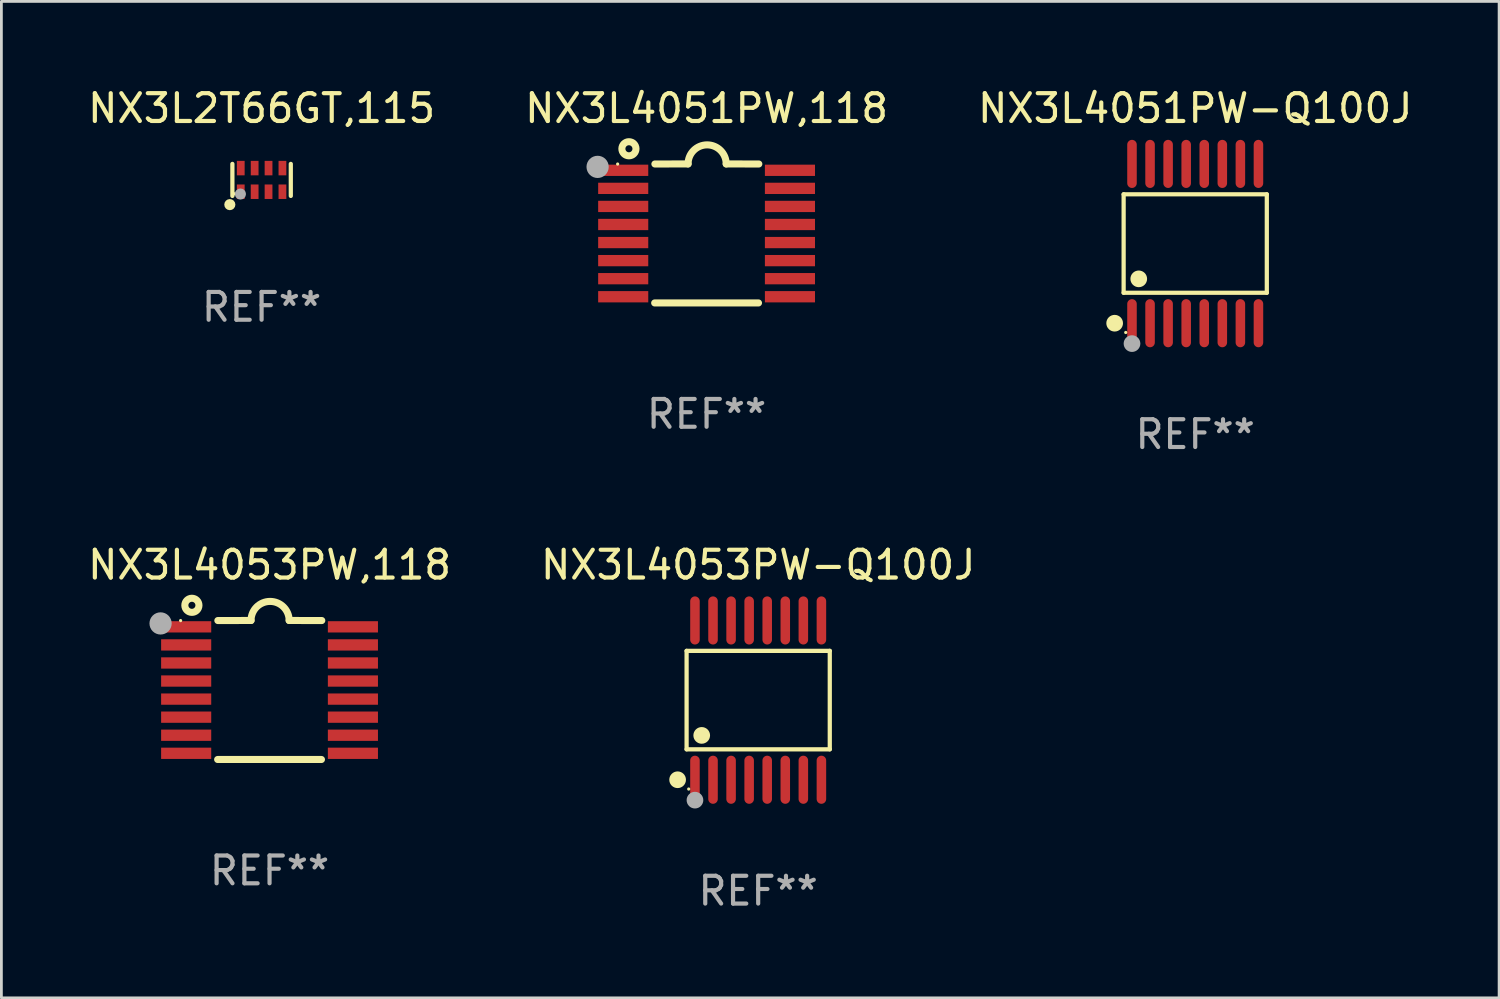
<source format=kicad_pcb>
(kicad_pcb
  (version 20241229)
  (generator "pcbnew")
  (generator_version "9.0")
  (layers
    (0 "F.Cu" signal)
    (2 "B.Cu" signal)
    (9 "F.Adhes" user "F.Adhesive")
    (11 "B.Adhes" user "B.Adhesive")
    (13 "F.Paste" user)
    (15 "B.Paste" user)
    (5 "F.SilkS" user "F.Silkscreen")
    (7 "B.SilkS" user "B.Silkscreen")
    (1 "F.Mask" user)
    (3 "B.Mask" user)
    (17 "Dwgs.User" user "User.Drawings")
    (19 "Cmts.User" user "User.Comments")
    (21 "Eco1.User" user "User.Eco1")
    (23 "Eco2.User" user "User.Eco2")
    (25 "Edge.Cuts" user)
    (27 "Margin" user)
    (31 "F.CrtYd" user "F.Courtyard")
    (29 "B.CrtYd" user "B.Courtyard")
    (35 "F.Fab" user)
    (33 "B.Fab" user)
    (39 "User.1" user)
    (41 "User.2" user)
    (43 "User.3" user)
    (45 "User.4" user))
  (footprint "NX3L2T66GT,115"
    (layer "F.Cu")
    (at 6.363 3.424)
    (property "Reference" "NX3L2T66GT,115" (at 0 -2.576 0) (layer "F.SilkS") (effects (font (size 1 1) (thickness 0.15))))
    (attr through_hole)
    (fp_line (start -1.051 0.576) (end -1.051 -0.576) (stroke (width 0.152) (type solid)) (layer "F.SilkS"))
    (fp_line (start 1.051 -0.576) (end 1.051 0.576) (stroke (width 0.152) (type solid)) (layer "F.SilkS"))
    (fp_circle (center -1.143 0.889) (end -1.043 0.889) (stroke (width 0.2) (type solid)) (fill no) (layer "F.SilkS"))
    (fp_circle (center -0.975 0.5) (end -0.945 0.5) (stroke (width 0.06) (type solid)) (fill no) (layer "F.SilkS"))
    (fp_circle (center -0.762 0.508) (end -0.662 0.508) (stroke (width 0.2) (type solid)) (fill no) (layer "F.Fab"))
    (fp_text user "REF**" (at 0 4.576 0) (layer "F.Fab") (effects (font (size 1 1) (thickness 0.15))))
    (pad "1" smd rect (at -0.75 0.425) (size 0.28 0.521) (layers "F.Cu" "F.Mask" "F.Paste"))
    (pad "2" smd rect (at -0.25 0.425) (size 0.28 0.521) (layers "F.Cu" "F.Mask" "F.Paste"))
    (pad "3" smd rect (at 0.25 0.425) (size 0.28 0.521) (layers "F.Cu" "F.Mask" "F.Paste"))
    (pad "4" smd rect (at 0.75 0.425) (size 0.28 0.521) (layers "F.Cu" "F.Mask" "F.Paste"))
    (pad "5" smd rect (at 0.75 -0.425) (size 0.28 0.521) (layers "F.Cu" "F.Mask" "F.Paste"))
    (pad "6" smd rect (at 0.25 -0.425) (size 0.28 0.521) (layers "F.Cu" "F.Mask" "F.Paste"))
    (pad "7" smd rect (at -0.25 -0.425) (size 0.28 0.521) (layers "F.Cu" "F.Mask" "F.Paste"))
    (pad "8" smd rect (at -0.75 -0.425) (size 0.28 0.521) (layers "F.Cu" "F.Mask" "F.Paste")))
  (footprint "NX3L4053PW,118"
    (layer "F.Cu")
    (at 6.649 21.778)
    (property "Reference" "NX3L4053PW,118" (at 0 -4.501 0) (layer "F.SilkS") (effects (font (size 1 1) (thickness 0.15))))
    (attr through_hole)
    (fp_line (start -1.868 2.501) (end 1.868 2.501) (stroke (width 0.254) (type solid)) (layer "F.SilkS"))
    (fp_line (start -1.86 -2.499) (end -0.666 -2.501) (stroke (width 0.254) (type solid)) (layer "F.SilkS"))
    (fp_line (start 0.706 -2.501) (end 1.88 -2.499) (stroke (width 0.254) (type solid)) (layer "F.SilkS"))
    (fp_arc (start -0.665914 -2.501448) (mid 0.019888 -3.18725) (end 0.70569 -2.501448) (stroke (width 0.254001) (type solid)) (layer "F.SilkS"))
    (fp_circle (center -3.2 -2.497) (end -3.17 -2.497) (stroke (width 0.06) (type solid)) (fill no) (layer "F.SilkS"))
    (fp_circle (center -2.794 -3.047) (end -2.54 -3.047) (stroke (width 0.254) (type solid)) (fill no) (layer "F.SilkS"))
    (fp_circle (center -3.921 -2.395) (end -3.721 -2.395) (stroke (width 0.4) (type solid)) (fill no) (layer "F.Fab"))
    (fp_text user "REF**" (at 0 6.501 0) (layer "F.Fab") (effects (font (size 1 1) (thickness 0.15))))
    (pad "1" smd rect (at -3 -2.272) (size 1.803 0.406) (layers "F.Cu" "F.Mask" "F.Paste"))
    (pad "2" smd rect (at -3 -1.622) (size 1.803 0.406) (layers "F.Cu" "F.Mask" "F.Paste"))
    (pad "3" smd rect (at -3 -0.972) (size 1.803 0.406) (layers "F.Cu" "F.Mask" "F.Paste"))
    (pad "4" smd rect (at -3 -0.322) (size 1.803 0.406) (layers "F.Cu" "F.Mask" "F.Paste"))
    (pad "5" smd rect (at -3 0.328) (size 1.803 0.406) (layers "F.Cu" "F.Mask" "F.Paste"))
    (pad "6" smd rect (at -3 0.978) (size 1.803 0.406) (layers "F.Cu" "F.Mask" "F.Paste"))
    (pad "7" smd rect (at -3 1.628) (size 1.803 0.406) (layers "F.Cu" "F.Mask" "F.Paste"))
    (pad "8" smd rect (at -3 2.278) (size 1.803 0.406) (layers "F.Cu" "F.Mask" "F.Paste"))
    (pad "9" smd rect (at 3 2.278) (size 1.803 0.406) (layers "F.Cu" "F.Mask" "F.Paste"))
    (pad "10" smd rect (at 3 1.628) (size 1.803 0.406) (layers "F.Cu" "F.Mask" "F.Paste"))
    (pad "11" smd rect (at 3 0.978) (size 1.803 0.406) (layers "F.Cu" "F.Mask" "F.Paste"))
    (pad "12" smd rect (at 3 0.328) (size 1.803 0.406) (layers "F.Cu" "F.Mask" "F.Paste"))
    (pad "13" smd rect (at 3 -0.322) (size 1.803 0.406) (layers "F.Cu" "F.Mask" "F.Paste"))
    (pad "14" smd rect (at 3 -0.972) (size 1.803 0.406) (layers "F.Cu" "F.Mask" "F.Paste"))
    (pad "15" smd rect (at 3 -1.622) (size 1.803 0.406) (layers "F.Cu" "F.Mask" "F.Paste"))
    (pad "16" smd rect (at 3 -2.272) (size 1.803 0.406) (layers "F.Cu" "F.Mask" "F.Paste")))
  (footprint "NX3L4053PW-Q100J"
    (layer "F.Cu")
    (at 24.232 22.142)
    (property "Reference" "NX3L4053PW-Q100J" (at 0 -4.866 0) (layer "F.SilkS") (effects (font (size 1 1) (thickness 0.15))))
    (attr through_hole)
    (fp_line (start -2.576 -1.772) (end 2.576 -1.772) (stroke (width 0.152) (type solid)) (layer "F.SilkS"))
    (fp_line (start -2.576 1.771) (end -2.576 -1.772) (stroke (width 0.152) (type solid)) (layer "F.SilkS"))
    (fp_line (start 2.576 -1.772) (end 2.576 1.771) (stroke (width 0.152) (type solid)) (layer "F.SilkS"))
    (fp_line (start 2.576 1.771) (end -2.576 1.771) (stroke (width 0.152) (type solid)) (layer "F.SilkS"))
    (fp_circle (center -2.899 2.866) (end -2.749 2.866) (stroke (width 0.3) (type solid)) (fill no) (layer "F.SilkS"))
    (fp_circle (center -2.5 3.2) (end -2.47 3.2) (stroke (width 0.06) (type solid)) (fill no) (layer "F.SilkS"))
    (fp_circle (center -2.032 1.27) (end -1.882 1.27) (stroke (width 0.3) (type solid)) (fill no) (layer "F.SilkS"))
    (fp_circle (center -2.275 3.6) (end -2.125 3.6) (stroke (width 0.3) (type solid)) (fill no) (layer "F.Fab"))
    (fp_text user "REF**" (at 0 6.866 0) (layer "F.Fab") (effects (font (size 1 1) (thickness 0.15))))
    (pad "1" smd oval (at -2.275 2.866) (size 0.343 1.731) (layers "F.Cu" "F.Mask" "F.Paste"))
    (pad "2" smd oval (at -1.625 2.866) (size 0.343 1.731) (layers "F.Cu" "F.Mask" "F.Paste"))
    (pad "3" smd oval (at -0.975 2.866) (size 0.343 1.731) (layers "F.Cu" "F.Mask" "F.Paste"))
    (pad "4" smd oval (at -0.325 2.866) (size 0.343 1.731) (layers "F.Cu" "F.Mask" "F.Paste"))
    (pad "5" smd oval (at 0.325 2.866) (size 0.343 1.731) (layers "F.Cu" "F.Mask" "F.Paste"))
    (pad "6" smd oval (at 0.975 2.866) (size 0.343 1.731) (layers "F.Cu" "F.Mask" "F.Paste"))
    (pad "7" smd oval (at 1.625 2.866) (size 0.343 1.731) (layers "F.Cu" "F.Mask" "F.Paste"))
    (pad "8" smd oval (at 2.275 2.866) (size 0.343 1.731) (layers "F.Cu" "F.Mask" "F.Paste"))
    (pad "9" smd oval (at 2.275 -2.866) (size 0.343 1.731) (layers "F.Cu" "F.Mask" "F.Paste"))
    (pad "10" smd oval (at 1.625 -2.866) (size 0.343 1.731) (layers "F.Cu" "F.Mask" "F.Paste"))
    (pad "11" smd oval (at 0.975 -2.866) (size 0.343 1.731) (layers "F.Cu" "F.Mask" "F.Paste"))
    (pad "12" smd oval (at 0.325 -2.866) (size 0.343 1.731) (layers "F.Cu" "F.Mask" "F.Paste"))
    (pad "13" smd oval (at -0.325 -2.866) (size 0.343 1.731) (layers "F.Cu" "F.Mask" "F.Paste"))
    (pad "14" smd oval (at -0.975 -2.866) (size 0.343 1.731) (layers "F.Cu" "F.Mask" "F.Paste"))
    (pad "15" smd oval (at -1.625 -2.866) (size 0.343 1.731) (layers "F.Cu" "F.Mask" "F.Paste"))
    (pad "16" smd oval (at -2.275 -2.866) (size 0.343 1.731) (layers "F.Cu" "F.Mask" "F.Paste")))
  (footprint "NX3L4051PW-Q100J"
    (layer "F.Cu")
    (at 39.958 5.714)
    (property "Reference" "NX3L4051PW-Q100J" (at 0 -4.866 0) (layer "F.SilkS") (effects (font (size 1 1) (thickness 0.15))))
    (attr through_hole)
    (fp_line (start -2.576 -1.772) (end 2.576 -1.772) (stroke (width 0.152) (type solid)) (layer "F.SilkS"))
    (fp_line (start -2.576 1.771) (end -2.576 -1.772) (stroke (width 0.152) (type solid)) (layer "F.SilkS"))
    (fp_line (start 2.576 -1.772) (end 2.576 1.771) (stroke (width 0.152) (type solid)) (layer "F.SilkS"))
    (fp_line (start 2.576 1.771) (end -2.576 1.771) (stroke (width 0.152) (type solid)) (layer "F.SilkS"))
    (fp_circle (center -2.899 2.866) (end -2.749 2.866) (stroke (width 0.3) (type solid)) (fill no) (layer "F.SilkS"))
    (fp_circle (center -2.5 3.2) (end -2.47 3.2) (stroke (width 0.06) (type solid)) (fill no) (layer "F.SilkS"))
    (fp_circle (center -2.032 1.27) (end -1.882 1.27) (stroke (width 0.3) (type solid)) (fill no) (layer "F.SilkS"))
    (fp_circle (center -2.275 3.6) (end -2.125 3.6) (stroke (width 0.3) (type solid)) (fill no) (layer "F.Fab"))
    (fp_text user "REF**" (at 0 6.866 0) (layer "F.Fab") (effects (font (size 1 1) (thickness 0.15))))
    (pad "1" smd oval (at -2.275 2.866) (size 0.343 1.731) (layers "F.Cu" "F.Mask" "F.Paste"))
    (pad "2" smd oval (at -1.625 2.866) (size 0.343 1.731) (layers "F.Cu" "F.Mask" "F.Paste"))
    (pad "3" smd oval (at -0.975 2.866) (size 0.343 1.731) (layers "F.Cu" "F.Mask" "F.Paste"))
    (pad "4" smd oval (at -0.325 2.866) (size 0.343 1.731) (layers "F.Cu" "F.Mask" "F.Paste"))
    (pad "5" smd oval (at 0.325 2.866) (size 0.343 1.731) (layers "F.Cu" "F.Mask" "F.Paste"))
    (pad "6" smd oval (at 0.975 2.866) (size 0.343 1.731) (layers "F.Cu" "F.Mask" "F.Paste"))
    (pad "7" smd oval (at 1.625 2.866) (size 0.343 1.731) (layers "F.Cu" "F.Mask" "F.Paste"))
    (pad "8" smd oval (at 2.275 2.866) (size 0.343 1.731) (layers "F.Cu" "F.Mask" "F.Paste"))
    (pad "9" smd oval (at 2.275 -2.866) (size 0.343 1.731) (layers "F.Cu" "F.Mask" "F.Paste"))
    (pad "10" smd oval (at 1.625 -2.866) (size 0.343 1.731) (layers "F.Cu" "F.Mask" "F.Paste"))
    (pad "11" smd oval (at 0.975 -2.866) (size 0.343 1.731) (layers "F.Cu" "F.Mask" "F.Paste"))
    (pad "12" smd oval (at 0.325 -2.866) (size 0.343 1.731) (layers "F.Cu" "F.Mask" "F.Paste"))
    (pad "13" smd oval (at -0.325 -2.866) (size 0.343 1.731) (layers "F.Cu" "F.Mask" "F.Paste"))
    (pad "14" smd oval (at -0.975 -2.866) (size 0.343 1.731) (layers "F.Cu" "F.Mask" "F.Paste"))
    (pad "15" smd oval (at -1.625 -2.866) (size 0.343 1.731) (layers "F.Cu" "F.Mask" "F.Paste"))
    (pad "16" smd oval (at -2.275 -2.866) (size 0.343 1.731) (layers "F.Cu" "F.Mask" "F.Paste")))
  (footprint "NX3L4051PW,118"
    (layer "F.Cu")
    (at 22.375 5.35)
    (property "Reference" "NX3L4051PW,118" (at 0 -4.501 0) (layer "F.SilkS") (effects (font (size 1 1) (thickness 0.15))))
    (attr through_hole)
    (fp_line (start -1.868 2.501) (end 1.868 2.501) (stroke (width 0.254) (type solid)) (layer "F.SilkS"))
    (fp_line (start -1.86 -2.499) (end -0.666 -2.501) (stroke (width 0.254) (type solid)) (layer "F.SilkS"))
    (fp_line (start 0.706 -2.501) (end 1.88 -2.499) (stroke (width 0.254) (type solid)) (layer "F.SilkS"))
    (fp_arc (start -0.665914 -2.501448) (mid 0.019888 -3.18725) (end 0.70569 -2.501448) (stroke (width 0.254001) (type solid)) (layer "F.SilkS"))
    (fp_circle (center -3.2 -2.497) (end -3.17 -2.497) (stroke (width 0.06) (type solid)) (fill no) (layer "F.SilkS"))
    (fp_circle (center -2.794 -3.047) (end -2.54 -3.047) (stroke (width 0.254) (type solid)) (fill no) (layer "F.SilkS"))
    (fp_circle (center -3.921 -2.395) (end -3.721 -2.395) (stroke (width 0.4) (type solid)) (fill no) (layer "F.Fab"))
    (fp_text user "REF**" (at 0 6.501 0) (layer "F.Fab") (effects (font (size 1 1) (thickness 0.15))))
    (pad "1" smd rect (at -3 -2.272) (size 1.803 0.406) (layers "F.Cu" "F.Mask" "F.Paste"))
    (pad "2" smd rect (at -3 -1.622) (size 1.803 0.406) (layers "F.Cu" "F.Mask" "F.Paste"))
    (pad "3" smd rect (at -3 -0.972) (size 1.803 0.406) (layers "F.Cu" "F.Mask" "F.Paste"))
    (pad "4" smd rect (at -3 -0.322) (size 1.803 0.406) (layers "F.Cu" "F.Mask" "F.Paste"))
    (pad "5" smd rect (at -3 0.328) (size 1.803 0.406) (layers "F.Cu" "F.Mask" "F.Paste"))
    (pad "6" smd rect (at -3 0.978) (size 1.803 0.406) (layers "F.Cu" "F.Mask" "F.Paste"))
    (pad "7" smd rect (at -3 1.628) (size 1.803 0.406) (layers "F.Cu" "F.Mask" "F.Paste"))
    (pad "8" smd rect (at -3 2.278) (size 1.803 0.406) (layers "F.Cu" "F.Mask" "F.Paste"))
    (pad "9" smd rect (at 3 2.278) (size 1.803 0.406) (layers "F.Cu" "F.Mask" "F.Paste"))
    (pad "10" smd rect (at 3 1.628) (size 1.803 0.406) (layers "F.Cu" "F.Mask" "F.Paste"))
    (pad "11" smd rect (at 3 0.978) (size 1.803 0.406) (layers "F.Cu" "F.Mask" "F.Paste"))
    (pad "12" smd rect (at 3 0.328) (size 1.803 0.406) (layers "F.Cu" "F.Mask" "F.Paste"))
    (pad "13" smd rect (at 3 -0.322) (size 1.803 0.406) (layers "F.Cu" "F.Mask" "F.Paste"))
    (pad "14" smd rect (at 3 -0.972) (size 1.803 0.406) (layers "F.Cu" "F.Mask" "F.Paste"))
    (pad "15" smd rect (at 3 -1.622) (size 1.803 0.406) (layers "F.Cu" "F.Mask" "F.Paste"))
    (pad "16" smd rect (at 3 -2.272) (size 1.803 0.406) (layers "F.Cu" "F.Mask" "F.Paste")))
  (gr_rect
    (start -3 -3)
    (end 50.893 32.856)
    (stroke (width 0.1) (type default))
    (fill no)
    (layer "Edge.Cuts")))
</source>
